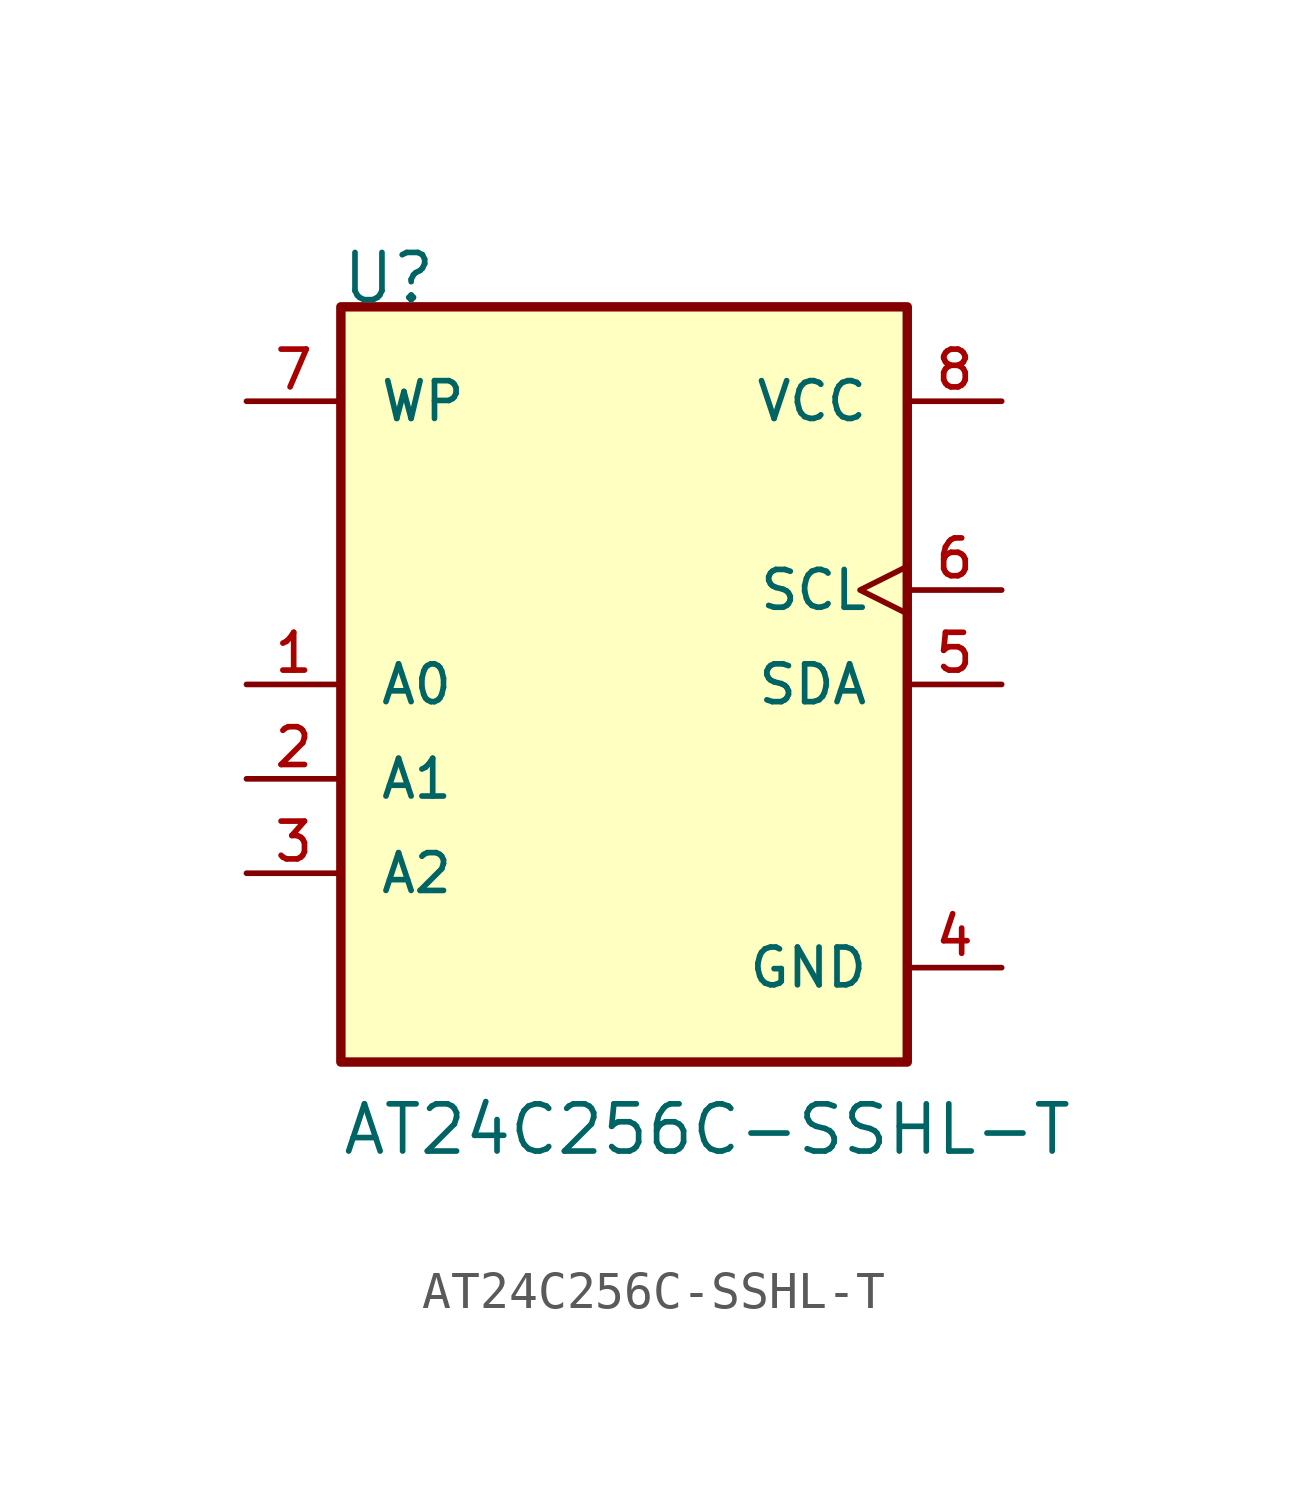
<source format=kicad_sym>
(kicad_symbol_lib
  (version 20211014)
  (generator kicad_symbol_editor)
  (symbol "AT24C256C-SSHL-T"
    (pin_names
      (offset 1.016))
    (property "Reference" "U"
      (at -7.643 10.19 0)
      (effects (font (size 1.27 1.27)) (justify bottom left)))
    (property "Value" "AT24C256C-SSHL-T"
      (at -7.631 -12.718 0)
      (effects (font (size 1.27 1.27)) (justify bottom left)))
    (symbol "AT24C256C-SSHL-T_0_0"
      (rectangle (start -7.62 -10.16) (end 7.62 10.16) (stroke (width 0.254)) (fill (type background)))
      (pin power_in line (at 10.16 7.62 180.0) (length 2.54) (name "VCC" (effects (font (size 1.016 1.016)))) (number "8" (effects (font (size 1.016 1.016)))))
      (pin bidirectional line (at 10.16 0.0 180.0) (length 2.54) (name "SDA" (effects (font (size 1.016 1.016)))) (number "5" (effects (font (size 1.016 1.016)))))
      (pin input line (at -10.16 0.0 0) (length 2.54) (name "A0" (effects (font (size 1.016 1.016)))) (number "1" (effects (font (size 1.016 1.016)))))
      (pin input line (at -10.16 -2.54 0) (length 2.54) (name "A1" (effects (font (size 1.016 1.016)))) (number "2" (effects (font (size 1.016 1.016)))))
      (pin input line (at -10.16 -5.08 0) (length 2.54) (name "A2" (effects (font (size 1.016 1.016)))) (number "3" (effects (font (size 1.016 1.016)))))
      (pin input clock (at 10.16 2.54 180.0) (length 2.54) (name "SCL" (effects (font (size 1.016 1.016)))) (number "6" (effects (font (size 1.016 1.016)))))
      (pin input line (at -10.16 7.62 0) (length 2.54) (name "WP" (effects (font (size 1.016 1.016)))) (number "7" (effects (font (size 1.016 1.016)))))
      (pin power_in line (at 10.16 -7.62 180.0) (length 2.54) (name "GND" (effects (font (size 1.016 1.016)))) (number "4" (effects (font (size 1.016 1.016))))))))
</source>
